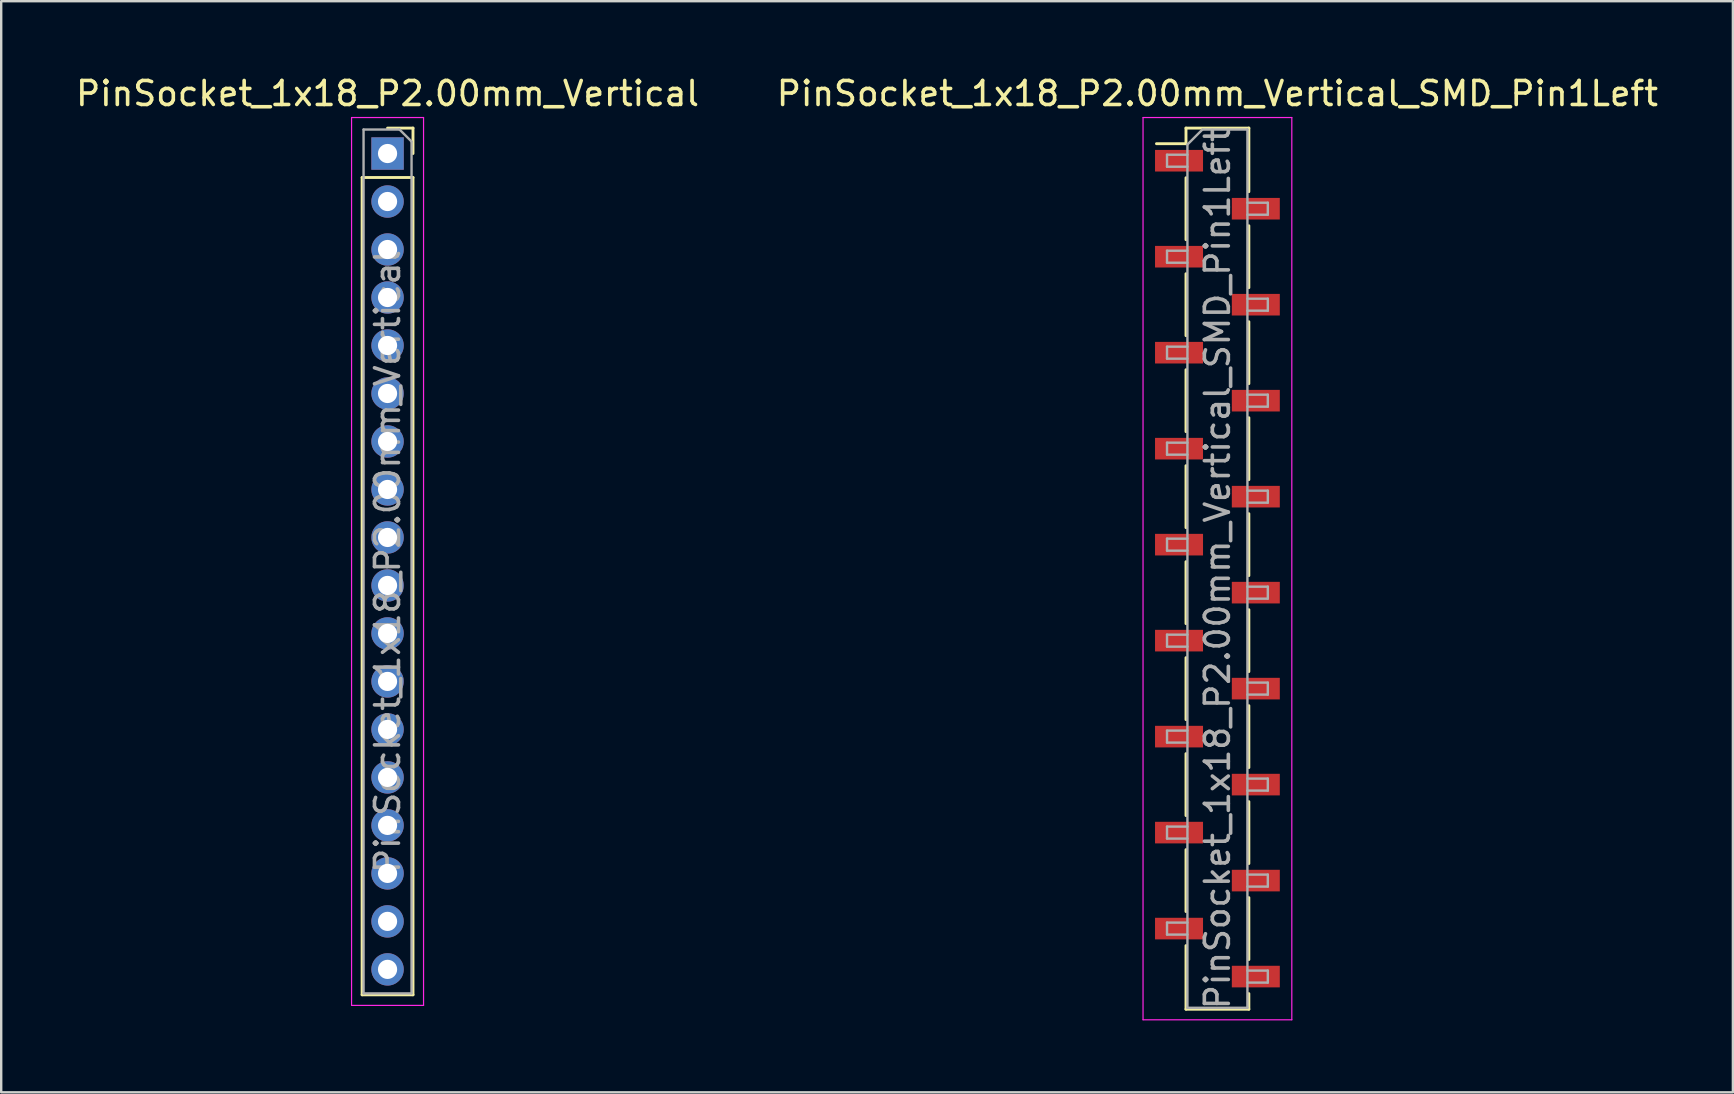
<source format=kicad_pcb>
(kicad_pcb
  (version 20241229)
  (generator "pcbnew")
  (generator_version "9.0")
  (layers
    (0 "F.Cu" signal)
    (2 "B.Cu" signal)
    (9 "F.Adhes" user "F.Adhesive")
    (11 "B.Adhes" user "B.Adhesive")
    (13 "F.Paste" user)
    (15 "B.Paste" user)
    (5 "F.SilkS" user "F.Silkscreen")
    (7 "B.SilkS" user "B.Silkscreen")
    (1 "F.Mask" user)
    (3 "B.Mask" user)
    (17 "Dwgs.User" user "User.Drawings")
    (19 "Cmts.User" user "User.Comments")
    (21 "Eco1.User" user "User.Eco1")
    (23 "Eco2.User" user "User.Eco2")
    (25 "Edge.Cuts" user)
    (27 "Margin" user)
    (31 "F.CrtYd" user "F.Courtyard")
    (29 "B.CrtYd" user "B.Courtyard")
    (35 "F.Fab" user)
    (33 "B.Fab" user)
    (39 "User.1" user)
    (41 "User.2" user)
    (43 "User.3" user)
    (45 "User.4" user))
  (footprint "PinSocket_1x18_P2.00mm_Vertical_SMD_Pin1Left"
    (layer "F.Cu")
    (at 47.685 20.648)
    (property "Reference" "PinSocket_1x18_P2.00mm_Vertical_SMD_Pin1Left" (at 0 -19.8 0) (layer "F.SilkS") (effects (font (size 1 1) (thickness 0.15))))
    (attr smd)
    (fp_line (start -2.54 -17.71) (end -1.31 -17.71) (stroke (width 0.12) (type solid)) (layer "F.SilkS"))
    (fp_line (start -1.31 -18.36) (end -1.31 -17.71) (stroke (width 0.12) (type solid)) (layer "F.SilkS"))
    (fp_line (start -1.31 -18.36) (end 1.31 -18.36) (stroke (width 0.12) (type solid)) (layer "F.SilkS"))
    (fp_line (start -1.31 -16.29) (end -1.31 -13.71) (stroke (width 0.12) (type solid)) (layer "F.SilkS"))
    (fp_line (start -1.31 -12.29) (end -1.31 -9.71) (stroke (width 0.12) (type solid)) (layer "F.SilkS"))
    (fp_line (start -1.31 -8.29) (end -1.31 -5.71) (stroke (width 0.12) (type solid)) (layer "F.SilkS"))
    (fp_line (start -1.31 -4.29) (end -1.31 -1.71) (stroke (width 0.12) (type solid)) (layer "F.SilkS"))
    (fp_line (start -1.31 -0.29) (end -1.31 2.29) (stroke (width 0.12) (type solid)) (layer "F.SilkS"))
    (fp_line (start -1.31 3.71) (end -1.31 6.29) (stroke (width 0.12) (type solid)) (layer "F.SilkS"))
    (fp_line (start -1.31 7.71) (end -1.31 10.29) (stroke (width 0.12) (type solid)) (layer "F.SilkS"))
    (fp_line (start -1.31 11.71) (end -1.31 14.29) (stroke (width 0.12) (type solid)) (layer "F.SilkS"))
    (fp_line (start -1.31 15.71) (end -1.31 18.36) (stroke (width 0.12) (type solid)) (layer "F.SilkS"))
    (fp_line (start -1.31 18.36) (end 1.31 18.36) (stroke (width 0.12) (type solid)) (layer "F.SilkS"))
    (fp_line (start 1.31 -18.36) (end 1.31 -15.71) (stroke (width 0.12) (type solid)) (layer "F.SilkS"))
    (fp_line (start 1.31 -14.29) (end 1.31 -11.71) (stroke (width 0.12) (type solid)) (layer "F.SilkS"))
    (fp_line (start 1.31 -10.29) (end 1.31 -7.71) (stroke (width 0.12) (type solid)) (layer "F.SilkS"))
    (fp_line (start 1.31 -6.29) (end 1.31 -3.71) (stroke (width 0.12) (type solid)) (layer "F.SilkS"))
    (fp_line (start 1.31 -2.29) (end 1.31 0.29) (stroke (width 0.12) (type solid)) (layer "F.SilkS"))
    (fp_line (start 1.31 1.71) (end 1.31 4.29) (stroke (width 0.12) (type solid)) (layer "F.SilkS"))
    (fp_line (start 1.31 5.71) (end 1.31 8.29) (stroke (width 0.12) (type solid)) (layer "F.SilkS"))
    (fp_line (start 1.31 9.71) (end 1.31 12.29) (stroke (width 0.12) (type solid)) (layer "F.SilkS"))
    (fp_line (start 1.31 13.71) (end 1.31 16.29) (stroke (width 0.12) (type solid)) (layer "F.SilkS"))
    (fp_line (start 1.31 17.71) (end 1.31 18.36) (stroke (width 0.12) (type solid)) (layer "F.SilkS"))
    (fp_line (start -3.1 -18.8) (end 3.1 -18.8) (stroke (width 0.05) (type solid)) (layer "F.CrtYd"))
    (fp_line (start -3.1 18.8) (end -3.1 -18.8) (stroke (width 0.05) (type solid)) (layer "F.CrtYd"))
    (fp_line (start 3.1 -18.8) (end 3.1 18.8) (stroke (width 0.05) (type solid)) (layer "F.CrtYd"))
    (fp_line (start 3.1 18.8) (end -3.1 18.8) (stroke (width 0.05) (type solid)) (layer "F.CrtYd"))
    (fp_line (start -2.1 -17.25) (end -1.25 -17.25) (stroke (width 0.1) (type solid)) (layer "F.Fab"))
    (fp_line (start -2.1 -16.75) (end -2.1 -17.25) (stroke (width 0.1) (type solid)) (layer "F.Fab"))
    (fp_line (start -2.1 -13.25) (end -1.25 -13.25) (stroke (width 0.1) (type solid)) (layer "F.Fab"))
    (fp_line (start -2.1 -12.75) (end -2.1 -13.25) (stroke (width 0.1) (type solid)) (layer "F.Fab"))
    (fp_line (start -2.1 -9.25) (end -1.25 -9.25) (stroke (width 0.1) (type solid)) (layer "F.Fab"))
    (fp_line (start -2.1 -8.75) (end -2.1 -9.25) (stroke (width 0.1) (type solid)) (layer "F.Fab"))
    (fp_line (start -2.1 -5.25) (end -1.25 -5.25) (stroke (width 0.1) (type solid)) (layer "F.Fab"))
    (fp_line (start -2.1 -4.75) (end -2.1 -5.25) (stroke (width 0.1) (type solid)) (layer "F.Fab"))
    (fp_line (start -2.1 -1.25) (end -1.25 -1.25) (stroke (width 0.1) (type solid)) (layer "F.Fab"))
    (fp_line (start -2.1 -0.75) (end -2.1 -1.25) (stroke (width 0.1) (type solid)) (layer "F.Fab"))
    (fp_line (start -2.1 2.75) (end -1.25 2.75) (stroke (width 0.1) (type solid)) (layer "F.Fab"))
    (fp_line (start -2.1 3.25) (end -2.1 2.75) (stroke (width 0.1) (type solid)) (layer "F.Fab"))
    (fp_line (start -2.1 6.75) (end -1.25 6.75) (stroke (width 0.1) (type solid)) (layer "F.Fab"))
    (fp_line (start -2.1 7.25) (end -2.1 6.75) (stroke (width 0.1) (type solid)) (layer "F.Fab"))
    (fp_line (start -2.1 10.75) (end -1.25 10.75) (stroke (width 0.1) (type solid)) (layer "F.Fab"))
    (fp_line (start -2.1 11.25) (end -2.1 10.75) (stroke (width 0.1) (type solid)) (layer "F.Fab"))
    (fp_line (start -2.1 14.75) (end -1.25 14.75) (stroke (width 0.1) (type solid)) (layer "F.Fab"))
    (fp_line (start -2.1 15.25) (end -2.1 14.75) (stroke (width 0.1) (type solid)) (layer "F.Fab"))
    (fp_line (start -1.25 -17.675) (end -0.625 -18.3) (stroke (width 0.1) (type solid)) (layer "F.Fab"))
    (fp_line (start -1.25 -16.75) (end -2.1 -16.75) (stroke (width 0.1) (type solid)) (layer "F.Fab"))
    (fp_line (start -1.25 -12.75) (end -2.1 -12.75) (stroke (width 0.1) (type solid)) (layer "F.Fab"))
    (fp_line (start -1.25 -8.75) (end -2.1 -8.75) (stroke (width 0.1) (type solid)) (layer "F.Fab"))
    (fp_line (start -1.25 -4.75) (end -2.1 -4.75) (stroke (width 0.1) (type solid)) (layer "F.Fab"))
    (fp_line (start -1.25 -0.75) (end -2.1 -0.75) (stroke (width 0.1) (type solid)) (layer "F.Fab"))
    (fp_line (start -1.25 3.25) (end -2.1 3.25) (stroke (width 0.1) (type solid)) (layer "F.Fab"))
    (fp_line (start -1.25 7.25) (end -2.1 7.25) (stroke (width 0.1) (type solid)) (layer "F.Fab"))
    (fp_line (start -1.25 11.25) (end -2.1 11.25) (stroke (width 0.1) (type solid)) (layer "F.Fab"))
    (fp_line (start -1.25 15.25) (end -2.1 15.25) (stroke (width 0.1) (type solid)) (layer "F.Fab"))
    (fp_line (start -1.25 18.3) (end -1.25 -17.675) (stroke (width 0.1) (type solid)) (layer "F.Fab"))
    (fp_line (start -0.625 -18.3) (end 1.25 -18.3) (stroke (width 0.1) (type solid)) (layer "F.Fab"))
    (fp_line (start 1.25 -18.3) (end 1.25 18.3) (stroke (width 0.1) (type solid)) (layer "F.Fab"))
    (fp_line (start 1.25 -15.25) (end 2.1 -15.25) (stroke (width 0.1) (type solid)) (layer "F.Fab"))
    (fp_line (start 1.25 -11.25) (end 2.1 -11.25) (stroke (width 0.1) (type solid)) (layer "F.Fab"))
    (fp_line (start 1.25 -7.25) (end 2.1 -7.25) (stroke (width 0.1) (type solid)) (layer "F.Fab"))
    (fp_line (start 1.25 -3.25) (end 2.1 -3.25) (stroke (width 0.1) (type solid)) (layer "F.Fab"))
    (fp_line (start 1.25 0.75) (end 2.1 0.75) (stroke (width 0.1) (type solid)) (layer "F.Fab"))
    (fp_line (start 1.25 4.75) (end 2.1 4.75) (stroke (width 0.1) (type solid)) (layer "F.Fab"))
    (fp_line (start 1.25 8.75) (end 2.1 8.75) (stroke (width 0.1) (type solid)) (layer "F.Fab"))
    (fp_line (start 1.25 12.75) (end 2.1 12.75) (stroke (width 0.1) (type solid)) (layer "F.Fab"))
    (fp_line (start 1.25 16.75) (end 2.1 16.75) (stroke (width 0.1) (type solid)) (layer "F.Fab"))
    (fp_line (start 1.25 18.3) (end -1.25 18.3) (stroke (width 0.1) (type solid)) (layer "F.Fab"))
    (fp_line (start 2.1 -15.25) (end 2.1 -14.75) (stroke (width 0.1) (type solid)) (layer "F.Fab"))
    (fp_line (start 2.1 -14.75) (end 1.25 -14.75) (stroke (width 0.1) (type solid)) (layer "F.Fab"))
    (fp_line (start 2.1 -11.25) (end 2.1 -10.75) (stroke (width 0.1) (type solid)) (layer "F.Fab"))
    (fp_line (start 2.1 -10.75) (end 1.25 -10.75) (stroke (width 0.1) (type solid)) (layer "F.Fab"))
    (fp_line (start 2.1 -7.25) (end 2.1 -6.75) (stroke (width 0.1) (type solid)) (layer "F.Fab"))
    (fp_line (start 2.1 -6.75) (end 1.25 -6.75) (stroke (width 0.1) (type solid)) (layer "F.Fab"))
    (fp_line (start 2.1 -3.25) (end 2.1 -2.75) (stroke (width 0.1) (type solid)) (layer "F.Fab"))
    (fp_line (start 2.1 -2.75) (end 1.25 -2.75) (stroke (width 0.1) (type solid)) (layer "F.Fab"))
    (fp_line (start 2.1 0.75) (end 2.1 1.25) (stroke (width 0.1) (type solid)) (layer "F.Fab"))
    (fp_line (start 2.1 1.25) (end 1.25 1.25) (stroke (width 0.1) (type solid)) (layer "F.Fab"))
    (fp_line (start 2.1 4.75) (end 2.1 5.25) (stroke (width 0.1) (type solid)) (layer "F.Fab"))
    (fp_line (start 2.1 5.25) (end 1.25 5.25) (stroke (width 0.1) (type solid)) (layer "F.Fab"))
    (fp_line (start 2.1 8.75) (end 2.1 9.25) (stroke (width 0.1) (type solid)) (layer "F.Fab"))
    (fp_line (start 2.1 9.25) (end 1.25 9.25) (stroke (width 0.1) (type solid)) (layer "F.Fab"))
    (fp_line (start 2.1 12.75) (end 2.1 13.25) (stroke (width 0.1) (type solid)) (layer "F.Fab"))
    (fp_line (start 2.1 13.25) (end 1.25 13.25) (stroke (width 0.1) (type solid)) (layer "F.Fab"))
    (fp_line (start 2.1 16.75) (end 2.1 17.25) (stroke (width 0.1) (type solid)) (layer "F.Fab"))
    (fp_line (start 2.1 17.25) (end 1.25 17.25) (stroke (width 0.1) (type solid)) (layer "F.Fab"))
    (fp_text user "${REFERENCE}" (at 0 0 90) (layer "F.Fab") (effects (font (size 1 1) (thickness 0.15))))
    (pad "1" smd rect (at -1.6 -17) (size 2 0.9) (layers "F.Cu" "F.Mask" "F.Paste"))
    (pad "2" smd rect (at 1.6 -15) (size 2 0.9) (layers "F.Cu" "F.Mask" "F.Paste"))
    (pad "3" smd rect (at -1.6 -13) (size 2 0.9) (layers "F.Cu" "F.Mask" "F.Paste"))
    (pad "4" smd rect (at 1.6 -11) (size 2 0.9) (layers "F.Cu" "F.Mask" "F.Paste"))
    (pad "5" smd rect (at -1.6 -9) (size 2 0.9) (layers "F.Cu" "F.Mask" "F.Paste"))
    (pad "6" smd rect (at 1.6 -7) (size 2 0.9) (layers "F.Cu" "F.Mask" "F.Paste"))
    (pad "7" smd rect (at -1.6 -5) (size 2 0.9) (layers "F.Cu" "F.Mask" "F.Paste"))
    (pad "8" smd rect (at 1.6 -3) (size 2 0.9) (layers "F.Cu" "F.Mask" "F.Paste"))
    (pad "9" smd rect (at -1.6 -1) (size 2 0.9) (layers "F.Cu" "F.Mask" "F.Paste"))
    (pad "10" smd rect (at 1.6 1) (size 2 0.9) (layers "F.Cu" "F.Mask" "F.Paste"))
    (pad "11" smd rect (at -1.6 3) (size 2 0.9) (layers "F.Cu" "F.Mask" "F.Paste"))
    (pad "12" smd rect (at 1.6 5) (size 2 0.9) (layers "F.Cu" "F.Mask" "F.Paste"))
    (pad "13" smd rect (at -1.6 7) (size 2 0.9) (layers "F.Cu" "F.Mask" "F.Paste"))
    (pad "14" smd rect (at 1.6 9) (size 2 0.9) (layers "F.Cu" "F.Mask" "F.Paste"))
    (pad "15" smd rect (at -1.6 11) (size 2 0.9) (layers "F.Cu" "F.Mask" "F.Paste"))
    (pad "16" smd rect (at 1.6 13) (size 2 0.9) (layers "F.Cu" "F.Mask" "F.Paste"))
    (pad "17" smd rect (at -1.6 15) (size 2 0.9) (layers "F.Cu" "F.Mask" "F.Paste"))
    (pad "18" smd rect (at 1.6 17) (size 2 0.9) (layers "F.Cu" "F.Mask" "F.Paste")))
  (footprint "PinSocket_1x18_P2.00mm_Vertical"
    (layer "F.Cu")
    (at 13.101 3.348)
    (property "Reference" "PinSocket_1x18_P2.00mm_Vertical" (at 0 -2.5 0) (layer "F.SilkS") (effects (font (size 1 1) (thickness 0.15))))
    (attr through_hole)
    (fp_line (start -1.06 1) (end -1.06 35.06) (stroke (width 0.12) (type solid)) (layer "F.SilkS"))
    (fp_line (start -1.06 1) (end 1.06 1) (stroke (width 0.12) (type solid)) (layer "F.SilkS"))
    (fp_line (start -1.06 35.06) (end 1.06 35.06) (stroke (width 0.12) (type solid)) (layer "F.SilkS"))
    (fp_line (start 0 -1.06) (end 1.06 -1.06) (stroke (width 0.12) (type solid)) (layer "F.SilkS"))
    (fp_line (start 1.06 -1.06) (end 1.06 0) (stroke (width 0.12) (type solid)) (layer "F.SilkS"))
    (fp_line (start 1.06 1) (end 1.06 35.06) (stroke (width 0.12) (type solid)) (layer "F.SilkS"))
    (fp_line (start -1.5 -1.5) (end 1.5 -1.5) (stroke (width 0.05) (type solid)) (layer "F.CrtYd"))
    (fp_line (start -1.5 35.5) (end -1.5 -1.5) (stroke (width 0.05) (type solid)) (layer "F.CrtYd"))
    (fp_line (start 1.5 -1.5) (end 1.5 35.5) (stroke (width 0.05) (type solid)) (layer "F.CrtYd"))
    (fp_line (start 1.5 35.5) (end -1.5 35.5) (stroke (width 0.05) (type solid)) (layer "F.CrtYd"))
    (fp_line (start -1 -1) (end 0.5 -1) (stroke (width 0.1) (type solid)) (layer "F.Fab"))
    (fp_line (start -1 35) (end -1 -1) (stroke (width 0.1) (type solid)) (layer "F.Fab"))
    (fp_line (start 0.5 -1) (end 1 -0.5) (stroke (width 0.1) (type solid)) (layer "F.Fab"))
    (fp_line (start 1 -0.5) (end 1 35) (stroke (width 0.1) (type solid)) (layer "F.Fab"))
    (fp_line (start 1 35) (end -1 35) (stroke (width 0.1) (type solid)) (layer "F.Fab"))
    (fp_text user "${REFERENCE}" (at 0 17 90) (layer "F.Fab") (effects (font (size 1 1) (thickness 0.15))))
    (pad "1" thru_hole rect (at 0 0) (size 1.35 1.35) (drill 0.8) (layers "*.Cu" "*.Mask"))
    (pad "2" thru_hole oval (at 0 2) (size 1.35 1.35) (drill 0.8) (layers "*.Cu" "*.Mask"))
    (pad "3" thru_hole oval (at 0 4) (size 1.35 1.35) (drill 0.8) (layers "*.Cu" "*.Mask"))
    (pad "4" thru_hole oval (at 0 6) (size 1.35 1.35) (drill 0.8) (layers "*.Cu" "*.Mask"))
    (pad "5" thru_hole oval (at 0 8) (size 1.35 1.35) (drill 0.8) (layers "*.Cu" "*.Mask"))
    (pad "6" thru_hole oval (at 0 10) (size 1.35 1.35) (drill 0.8) (layers "*.Cu" "*.Mask"))
    (pad "7" thru_hole oval (at 0 12) (size 1.35 1.35) (drill 0.8) (layers "*.Cu" "*.Mask"))
    (pad "8" thru_hole oval (at 0 14) (size 1.35 1.35) (drill 0.8) (layers "*.Cu" "*.Mask"))
    (pad "9" thru_hole oval (at 0 16) (size 1.35 1.35) (drill 0.8) (layers "*.Cu" "*.Mask"))
    (pad "10" thru_hole oval (at 0 18) (size 1.35 1.35) (drill 0.8) (layers "*.Cu" "*.Mask"))
    (pad "11" thru_hole oval (at 0 20) (size 1.35 1.35) (drill 0.8) (layers "*.Cu" "*.Mask"))
    (pad "12" thru_hole oval (at 0 22) (size 1.35 1.35) (drill 0.8) (layers "*.Cu" "*.Mask"))
    (pad "13" thru_hole oval (at 0 24) (size 1.35 1.35) (drill 0.8) (layers "*.Cu" "*.Mask"))
    (pad "14" thru_hole oval (at 0 26) (size 1.35 1.35) (drill 0.8) (layers "*.Cu" "*.Mask"))
    (pad "15" thru_hole oval (at 0 28) (size 1.35 1.35) (drill 0.8) (layers "*.Cu" "*.Mask"))
    (pad "16" thru_hole oval (at 0 30) (size 1.35 1.35) (drill 0.8) (layers "*.Cu" "*.Mask"))
    (pad "17" thru_hole oval (at 0 32) (size 1.35 1.35) (drill 0.8) (layers "*.Cu" "*.Mask"))
    (pad "18" thru_hole oval (at 0 34) (size 1.35 1.35) (drill 0.8) (layers "*.Cu" "*.Mask")))
  (gr_rect
    (start -3 -3)
    (end 69.167 42.473)
    (stroke (width 0.1) (type default))
    (fill no)
    (layer "Edge.Cuts")))
</source>
